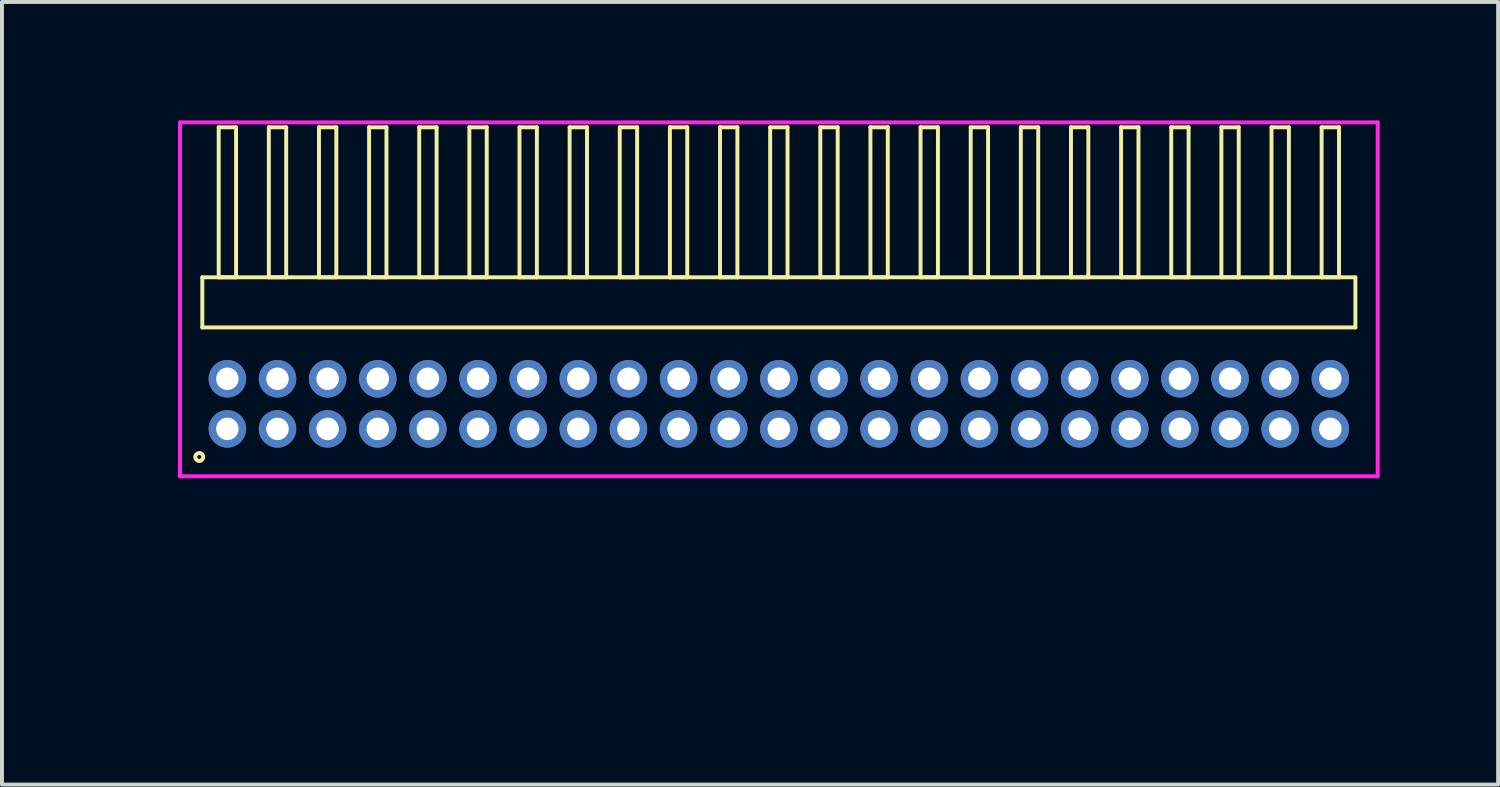
<source format=kicad_pcb>
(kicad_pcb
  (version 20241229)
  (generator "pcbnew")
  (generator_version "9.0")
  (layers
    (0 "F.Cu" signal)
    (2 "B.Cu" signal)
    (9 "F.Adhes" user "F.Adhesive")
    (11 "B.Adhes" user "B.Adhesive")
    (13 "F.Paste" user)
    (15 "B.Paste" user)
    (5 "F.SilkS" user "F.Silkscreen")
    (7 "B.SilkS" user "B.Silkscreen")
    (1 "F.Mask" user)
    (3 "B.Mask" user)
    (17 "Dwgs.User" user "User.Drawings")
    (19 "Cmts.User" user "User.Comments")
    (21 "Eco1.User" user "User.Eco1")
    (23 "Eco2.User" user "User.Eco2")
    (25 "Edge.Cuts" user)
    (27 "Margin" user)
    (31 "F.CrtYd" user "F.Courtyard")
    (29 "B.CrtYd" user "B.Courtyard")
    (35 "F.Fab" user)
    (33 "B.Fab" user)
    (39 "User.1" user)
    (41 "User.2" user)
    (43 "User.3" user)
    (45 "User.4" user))
  (footprint "HDR_RA127P23x2"
    (layer "F.Cu")
    (at 16.68 7.18)
    (property "Reference" "HDR_RA127P23x2" (at -15.92 0 90) (layer "User.1") (effects (font (size 1 1) (thickness 0.1))))
    (attr through_hole)
    (fp_line (start -14.605 -3.205) (end -14.605 -1.935) (stroke (width 0.1) (type solid)) (layer "F.SilkS"))
    (fp_line (start -14.605 -1.935) (end 14.605 -1.935) (stroke (width 0.1) (type solid)) (layer "F.SilkS"))
    (fp_line (start -14.19 -7.005) (end -14.19 -3.205) (stroke (width 0.1) (type solid)) (layer "F.SilkS"))
    (fp_line (start -14.19 -3.205) (end -13.75 -3.205) (stroke (width 0.1) (type solid)) (layer "F.SilkS"))
    (fp_line (start -13.75 -7.005) (end -14.19 -7.005) (stroke (width 0.1) (type solid)) (layer "F.SilkS"))
    (fp_line (start -13.75 -3.205) (end -13.75 -7.005) (stroke (width 0.1) (type solid)) (layer "F.SilkS"))
    (fp_line (start -12.92 -7.005) (end -12.92 -3.205) (stroke (width 0.1) (type solid)) (layer "F.SilkS"))
    (fp_line (start -12.92 -3.205) (end -12.48 -3.205) (stroke (width 0.1) (type solid)) (layer "F.SilkS"))
    (fp_line (start -12.48 -7.005) (end -12.92 -7.005) (stroke (width 0.1) (type solid)) (layer "F.SilkS"))
    (fp_line (start -12.48 -3.205) (end -12.48 -7.005) (stroke (width 0.1) (type solid)) (layer "F.SilkS"))
    (fp_line (start -11.65 -7.005) (end -11.65 -3.205) (stroke (width 0.1) (type solid)) (layer "F.SilkS"))
    (fp_line (start -11.65 -3.205) (end -11.21 -3.205) (stroke (width 0.1) (type solid)) (layer "F.SilkS"))
    (fp_line (start -11.21 -7.005) (end -11.65 -7.005) (stroke (width 0.1) (type solid)) (layer "F.SilkS"))
    (fp_line (start -11.21 -3.205) (end -11.21 -7.005) (stroke (width 0.1) (type solid)) (layer "F.SilkS"))
    (fp_line (start -10.38 -7.005) (end -10.38 -3.205) (stroke (width 0.1) (type solid)) (layer "F.SilkS"))
    (fp_line (start -10.38 -3.205) (end -9.94 -3.205) (stroke (width 0.1) (type solid)) (layer "F.SilkS"))
    (fp_line (start -9.94 -7.005) (end -10.38 -7.005) (stroke (width 0.1) (type solid)) (layer "F.SilkS"))
    (fp_line (start -9.94 -3.205) (end -9.94 -7.005) (stroke (width 0.1) (type solid)) (layer "F.SilkS"))
    (fp_line (start -9.11 -7.005) (end -9.11 -3.205) (stroke (width 0.1) (type solid)) (layer "F.SilkS"))
    (fp_line (start -9.11 -3.205) (end -8.67 -3.205) (stroke (width 0.1) (type solid)) (layer "F.SilkS"))
    (fp_line (start -8.67 -7.005) (end -9.11 -7.005) (stroke (width 0.1) (type solid)) (layer "F.SilkS"))
    (fp_line (start -8.67 -3.205) (end -8.67 -7.005) (stroke (width 0.1) (type solid)) (layer "F.SilkS"))
    (fp_line (start -7.84 -7.005) (end -7.84 -3.205) (stroke (width 0.1) (type solid)) (layer "F.SilkS"))
    (fp_line (start -7.84 -3.205) (end -7.4 -3.205) (stroke (width 0.1) (type solid)) (layer "F.SilkS"))
    (fp_line (start -7.4 -7.005) (end -7.84 -7.005) (stroke (width 0.1) (type solid)) (layer "F.SilkS"))
    (fp_line (start -7.4 -3.205) (end -7.4 -7.005) (stroke (width 0.1) (type solid)) (layer "F.SilkS"))
    (fp_line (start -6.57 -7.005) (end -6.57 -3.205) (stroke (width 0.1) (type solid)) (layer "F.SilkS"))
    (fp_line (start -6.57 -3.205) (end -6.13 -3.205) (stroke (width 0.1) (type solid)) (layer "F.SilkS"))
    (fp_line (start -6.13 -7.005) (end -6.57 -7.005) (stroke (width 0.1) (type solid)) (layer "F.SilkS"))
    (fp_line (start -6.13 -3.205) (end -6.13 -7.005) (stroke (width 0.1) (type solid)) (layer "F.SilkS"))
    (fp_line (start -5.3 -7.005) (end -5.3 -3.205) (stroke (width 0.1) (type solid)) (layer "F.SilkS"))
    (fp_line (start -5.3 -3.205) (end -4.86 -3.205) (stroke (width 0.1) (type solid)) (layer "F.SilkS"))
    (fp_line (start -4.86 -7.005) (end -5.3 -7.005) (stroke (width 0.1) (type solid)) (layer "F.SilkS"))
    (fp_line (start -4.86 -3.205) (end -4.86 -7.005) (stroke (width 0.1) (type solid)) (layer "F.SilkS"))
    (fp_line (start -4.03 -7.005) (end -4.03 -3.205) (stroke (width 0.1) (type solid)) (layer "F.SilkS"))
    (fp_line (start -4.03 -3.205) (end -3.59 -3.205) (stroke (width 0.1) (type solid)) (layer "F.SilkS"))
    (fp_line (start -3.59 -7.005) (end -4.03 -7.005) (stroke (width 0.1) (type solid)) (layer "F.SilkS"))
    (fp_line (start -3.59 -3.205) (end -3.59 -7.005) (stroke (width 0.1) (type solid)) (layer "F.SilkS"))
    (fp_line (start -2.76 -7.005) (end -2.76 -3.205) (stroke (width 0.1) (type solid)) (layer "F.SilkS"))
    (fp_line (start -2.76 -3.205) (end -2.32 -3.205) (stroke (width 0.1) (type solid)) (layer "F.SilkS"))
    (fp_line (start -2.32 -7.005) (end -2.76 -7.005) (stroke (width 0.1) (type solid)) (layer "F.SilkS"))
    (fp_line (start -2.32 -3.205) (end -2.32 -7.005) (stroke (width 0.1) (type solid)) (layer "F.SilkS"))
    (fp_line (start -1.49 -7.005) (end -1.49 -3.205) (stroke (width 0.1) (type solid)) (layer "F.SilkS"))
    (fp_line (start -1.49 -3.205) (end -1.05 -3.205) (stroke (width 0.1) (type solid)) (layer "F.SilkS"))
    (fp_line (start -1.05 -7.005) (end -1.49 -7.005) (stroke (width 0.1) (type solid)) (layer "F.SilkS"))
    (fp_line (start -1.05 -3.205) (end -1.05 -7.005) (stroke (width 0.1) (type solid)) (layer "F.SilkS"))
    (fp_line (start -0.22 -7.005) (end -0.22 -3.205) (stroke (width 0.1) (type solid)) (layer "F.SilkS"))
    (fp_line (start -0.22 -3.205) (end 0.22 -3.205) (stroke (width 0.1) (type solid)) (layer "F.SilkS"))
    (fp_line (start 0.22 -7.005) (end -0.22 -7.005) (stroke (width 0.1) (type solid)) (layer "F.SilkS"))
    (fp_line (start 0.22 -3.205) (end 0.22 -7.005) (stroke (width 0.1) (type solid)) (layer "F.SilkS"))
    (fp_line (start 1.05 -7.005) (end 1.05 -3.205) (stroke (width 0.1) (type solid)) (layer "F.SilkS"))
    (fp_line (start 1.05 -3.205) (end 1.49 -3.205) (stroke (width 0.1) (type solid)) (layer "F.SilkS"))
    (fp_line (start 1.49 -7.005) (end 1.05 -7.005) (stroke (width 0.1) (type solid)) (layer "F.SilkS"))
    (fp_line (start 1.49 -3.205) (end 1.49 -7.005) (stroke (width 0.1) (type solid)) (layer "F.SilkS"))
    (fp_line (start 2.32 -7.005) (end 2.32 -3.205) (stroke (width 0.1) (type solid)) (layer "F.SilkS"))
    (fp_line (start 2.32 -3.205) (end 2.76 -3.205) (stroke (width 0.1) (type solid)) (layer "F.SilkS"))
    (fp_line (start 2.76 -7.005) (end 2.32 -7.005) (stroke (width 0.1) (type solid)) (layer "F.SilkS"))
    (fp_line (start 2.76 -3.205) (end 2.76 -7.005) (stroke (width 0.1) (type solid)) (layer "F.SilkS"))
    (fp_line (start 3.59 -7.005) (end 3.59 -3.205) (stroke (width 0.1) (type solid)) (layer "F.SilkS"))
    (fp_line (start 3.59 -3.205) (end 4.03 -3.205) (stroke (width 0.1) (type solid)) (layer "F.SilkS"))
    (fp_line (start 4.03 -7.005) (end 3.59 -7.005) (stroke (width 0.1) (type solid)) (layer "F.SilkS"))
    (fp_line (start 4.03 -3.205) (end 4.03 -7.005) (stroke (width 0.1) (type solid)) (layer "F.SilkS"))
    (fp_line (start 4.86 -7.005) (end 4.86 -3.205) (stroke (width 0.1) (type solid)) (layer "F.SilkS"))
    (fp_line (start 4.86 -3.205) (end 5.3 -3.205) (stroke (width 0.1) (type solid)) (layer "F.SilkS"))
    (fp_line (start 5.3 -7.005) (end 4.86 -7.005) (stroke (width 0.1) (type solid)) (layer "F.SilkS"))
    (fp_line (start 5.3 -3.205) (end 5.3 -7.005) (stroke (width 0.1) (type solid)) (layer "F.SilkS"))
    (fp_line (start 6.13 -7.005) (end 6.13 -3.205) (stroke (width 0.1) (type solid)) (layer "F.SilkS"))
    (fp_line (start 6.13 -3.205) (end 6.57 -3.205) (stroke (width 0.1) (type solid)) (layer "F.SilkS"))
    (fp_line (start 6.57 -7.005) (end 6.13 -7.005) (stroke (width 0.1) (type solid)) (layer "F.SilkS"))
    (fp_line (start 6.57 -3.205) (end 6.57 -7.005) (stroke (width 0.1) (type solid)) (layer "F.SilkS"))
    (fp_line (start 7.4 -7.005) (end 7.4 -3.205) (stroke (width 0.1) (type solid)) (layer "F.SilkS"))
    (fp_line (start 7.4 -3.205) (end 7.84 -3.205) (stroke (width 0.1) (type solid)) (layer "F.SilkS"))
    (fp_line (start 7.84 -7.005) (end 7.4 -7.005) (stroke (width 0.1) (type solid)) (layer "F.SilkS"))
    (fp_line (start 7.84 -3.205) (end 7.84 -7.005) (stroke (width 0.1) (type solid)) (layer "F.SilkS"))
    (fp_line (start 8.67 -7.005) (end 8.67 -3.205) (stroke (width 0.1) (type solid)) (layer "F.SilkS"))
    (fp_line (start 8.67 -3.205) (end 9.11 -3.205) (stroke (width 0.1) (type solid)) (layer "F.SilkS"))
    (fp_line (start 9.11 -7.005) (end 8.67 -7.005) (stroke (width 0.1) (type solid)) (layer "F.SilkS"))
    (fp_line (start 9.11 -3.205) (end 9.11 -7.005) (stroke (width 0.1) (type solid)) (layer "F.SilkS"))
    (fp_line (start 9.94 -7.005) (end 9.94 -3.205) (stroke (width 0.1) (type solid)) (layer "F.SilkS"))
    (fp_line (start 9.94 -3.205) (end 10.38 -3.205) (stroke (width 0.1) (type solid)) (layer "F.SilkS"))
    (fp_line (start 10.38 -7.005) (end 9.94 -7.005) (stroke (width 0.1) (type solid)) (layer "F.SilkS"))
    (fp_line (start 10.38 -3.205) (end 10.38 -7.005) (stroke (width 0.1) (type solid)) (layer "F.SilkS"))
    (fp_line (start 11.21 -7.005) (end 11.21 -3.205) (stroke (width 0.1) (type solid)) (layer "F.SilkS"))
    (fp_line (start 11.21 -3.205) (end 11.65 -3.205) (stroke (width 0.1) (type solid)) (layer "F.SilkS"))
    (fp_line (start 11.65 -7.005) (end 11.21 -7.005) (stroke (width 0.1) (type solid)) (layer "F.SilkS"))
    (fp_line (start 11.65 -3.205) (end 11.65 -7.005) (stroke (width 0.1) (type solid)) (layer "F.SilkS"))
    (fp_line (start 12.48 -7.005) (end 12.48 -3.205) (stroke (width 0.1) (type solid)) (layer "F.SilkS"))
    (fp_line (start 12.48 -3.205) (end 12.92 -3.205) (stroke (width 0.1) (type solid)) (layer "F.SilkS"))
    (fp_line (start 12.92 -7.005) (end 12.48 -7.005) (stroke (width 0.1) (type solid)) (layer "F.SilkS"))
    (fp_line (start 12.92 -3.205) (end 12.92 -7.005) (stroke (width 0.1) (type solid)) (layer "F.SilkS"))
    (fp_line (start 13.75 -7.005) (end 13.75 -3.205) (stroke (width 0.1) (type solid)) (layer "F.SilkS"))
    (fp_line (start 13.75 -3.205) (end 14.19 -3.205) (stroke (width 0.1) (type solid)) (layer "F.SilkS"))
    (fp_line (start 14.19 -7.005) (end 13.75 -7.005) (stroke (width 0.1) (type solid)) (layer "F.SilkS"))
    (fp_line (start 14.19 -3.205) (end 14.19 -7.005) (stroke (width 0.1) (type solid)) (layer "F.SilkS"))
    (fp_line (start 14.605 -3.205) (end -14.605 -3.205) (stroke (width 0.1) (type solid)) (layer "F.SilkS"))
    (fp_line (start 14.605 -1.935) (end 14.605 -3.205) (stroke (width 0.1) (type solid)) (layer "F.SilkS"))
    (fp_circle (center -14.683 1.347) (end -14.583 1.347) (stroke (width 0.1) (type solid)) (fill no) (layer "F.SilkS"))
    (fp_line (start -15.17 -7.13) (end -15.17 1.835) (stroke (width 0.1) (type solid)) (layer "F.CrtYd"))
    (fp_line (start -15.17 1.835) (end 15.17 1.835) (stroke (width 0.1) (type solid)) (layer "F.CrtYd"))
    (fp_line (start 15.17 -7.13) (end -15.17 -7.13) (stroke (width 0.1) (type solid)) (layer "F.CrtYd"))
    (fp_line (start 15.17 1.835) (end 15.17 -7.13) (stroke (width 0.1) (type solid)) (layer "F.CrtYd"))
    (pad "1" thru_hole oval (at -13.97 0.635) (size 0.95 0.95) (drill 0.57) (layers "*.Cu" "*.Mask"))
    (pad "2" thru_hole oval (at -13.97 -0.635) (size 0.95 0.95) (drill 0.57) (layers "*.Cu" "*.Mask"))
    (pad "3" thru_hole oval (at -12.7 0.635) (size 0.95 0.95) (drill 0.57) (layers "*.Cu" "*.Mask"))
    (pad "4" thru_hole oval (at -12.7 -0.635) (size 0.95 0.95) (drill 0.57) (layers "*.Cu" "*.Mask"))
    (pad "5" thru_hole oval (at -11.43 0.635) (size 0.95 0.95) (drill 0.57) (layers "*.Cu" "*.Mask"))
    (pad "6" thru_hole oval (at -11.43 -0.635) (size 0.95 0.95) (drill 0.57) (layers "*.Cu" "*.Mask"))
    (pad "7" thru_hole oval (at -10.16 0.635) (size 0.95 0.95) (drill 0.57) (layers "*.Cu" "*.Mask"))
    (pad "8" thru_hole oval (at -10.16 -0.635) (size 0.95 0.95) (drill 0.57) (layers "*.Cu" "*.Mask"))
    (pad "9" thru_hole oval (at -8.89 0.635) (size 0.95 0.95) (drill 0.57) (layers "*.Cu" "*.Mask"))
    (pad "10" thru_hole oval (at -8.89 -0.635) (size 0.95 0.95) (drill 0.57) (layers "*.Cu" "*.Mask"))
    (pad "11" thru_hole oval (at -7.62 0.635) (size 0.95 0.95) (drill 0.57) (layers "*.Cu" "*.Mask"))
    (pad "12" thru_hole oval (at -7.62 -0.635) (size 0.95 0.95) (drill 0.57) (layers "*.Cu" "*.Mask"))
    (pad "13" thru_hole oval (at -6.35 0.635) (size 0.95 0.95) (drill 0.57) (layers "*.Cu" "*.Mask"))
    (pad "14" thru_hole oval (at -6.35 -0.635) (size 0.95 0.95) (drill 0.57) (layers "*.Cu" "*.Mask"))
    (pad "15" thru_hole oval (at -5.08 0.635) (size 0.95 0.95) (drill 0.57) (layers "*.Cu" "*.Mask"))
    (pad "16" thru_hole oval (at -5.08 -0.635) (size 0.95 0.95) (drill 0.57) (layers "*.Cu" "*.Mask"))
    (pad "17" thru_hole oval (at -3.81 0.635) (size 0.95 0.95) (drill 0.57) (layers "*.Cu" "*.Mask"))
    (pad "18" thru_hole oval (at -3.81 -0.635) (size 0.95 0.95) (drill 0.57) (layers "*.Cu" "*.Mask"))
    (pad "19" thru_hole oval (at -2.54 0.635) (size 0.95 0.95) (drill 0.57) (layers "*.Cu" "*.Mask"))
    (pad "20" thru_hole oval (at -2.54 -0.635) (size 0.95 0.95) (drill 0.57) (layers "*.Cu" "*.Mask"))
    (pad "21" thru_hole oval (at -1.27 0.635) (size 0.95 0.95) (drill 0.57) (layers "*.Cu" "*.Mask"))
    (pad "22" thru_hole oval (at -1.27 -0.635) (size 0.95 0.95) (drill 0.57) (layers "*.Cu" "*.Mask"))
    (pad "23" thru_hole oval (at 0 0.635) (size 0.95 0.95) (drill 0.57) (layers "*.Cu" "*.Mask"))
    (pad "24" thru_hole oval (at 0 -0.635) (size 0.95 0.95) (drill 0.57) (layers "*.Cu" "*.Mask"))
    (pad "25" thru_hole oval (at 1.27 0.635) (size 0.95 0.95) (drill 0.57) (layers "*.Cu" "*.Mask"))
    (pad "26" thru_hole oval (at 1.27 -0.635) (size 0.95 0.95) (drill 0.57) (layers "*.Cu" "*.Mask"))
    (pad "27" thru_hole oval (at 2.54 0.635) (size 0.95 0.95) (drill 0.57) (layers "*.Cu" "*.Mask"))
    (pad "28" thru_hole oval (at 2.54 -0.635) (size 0.95 0.95) (drill 0.57) (layers "*.Cu" "*.Mask"))
    (pad "29" thru_hole oval (at 3.81 0.635) (size 0.95 0.95) (drill 0.57) (layers "*.Cu" "*.Mask"))
    (pad "30" thru_hole oval (at 3.81 -0.635) (size 0.95 0.95) (drill 0.57) (layers "*.Cu" "*.Mask"))
    (pad "31" thru_hole oval (at 5.08 0.635) (size 0.95 0.95) (drill 0.57) (layers "*.Cu" "*.Mask"))
    (pad "32" thru_hole oval (at 5.08 -0.635) (size 0.95 0.95) (drill 0.57) (layers "*.Cu" "*.Mask"))
    (pad "33" thru_hole oval (at 6.35 0.635) (size 0.95 0.95) (drill 0.57) (layers "*.Cu" "*.Mask"))
    (pad "34" thru_hole oval (at 6.35 -0.635) (size 0.95 0.95) (drill 0.57) (layers "*.Cu" "*.Mask"))
    (pad "35" thru_hole oval (at 7.62 0.635) (size 0.95 0.95) (drill 0.57) (layers "*.Cu" "*.Mask"))
    (pad "36" thru_hole oval (at 7.62 -0.635) (size 0.95 0.95) (drill 0.57) (layers "*.Cu" "*.Mask"))
    (pad "37" thru_hole oval (at 8.89 0.635) (size 0.95 0.95) (drill 0.57) (layers "*.Cu" "*.Mask"))
    (pad "38" thru_hole oval (at 8.89 -0.635) (size 0.95 0.95) (drill 0.57) (layers "*.Cu" "*.Mask"))
    (pad "39" thru_hole oval (at 10.16 0.635) (size 0.95 0.95) (drill 0.57) (layers "*.Cu" "*.Mask"))
    (pad "40" thru_hole oval (at 10.16 -0.635) (size 0.95 0.95) (drill 0.57) (layers "*.Cu" "*.Mask"))
    (pad "41" thru_hole oval (at 11.43 0.635) (size 0.95 0.95) (drill 0.57) (layers "*.Cu" "*.Mask"))
    (pad "42" thru_hole oval (at 11.43 -0.635) (size 0.95 0.95) (drill 0.57) (layers "*.Cu" "*.Mask"))
    (pad "43" thru_hole oval (at 12.7 0.635) (size 0.95 0.95) (drill 0.57) (layers "*.Cu" "*.Mask"))
    (pad "44" thru_hole oval (at 12.7 -0.635) (size 0.95 0.95) (drill 0.57) (layers "*.Cu" "*.Mask"))
    (pad "45" thru_hole oval (at 13.97 0.635) (size 0.95 0.95) (drill 0.57) (layers "*.Cu" "*.Mask"))
    (pad "46" thru_hole oval (at 13.97 -0.635) (size 0.95 0.95) (drill 0.57) (layers "*.Cu" "*.Mask")))
  (gr_rect
    (start -3 -3)
    (end 34.901 16.825)
    (stroke (width 0.1) (type default))
    (fill no)
    (layer "Edge.Cuts")))
</source>
